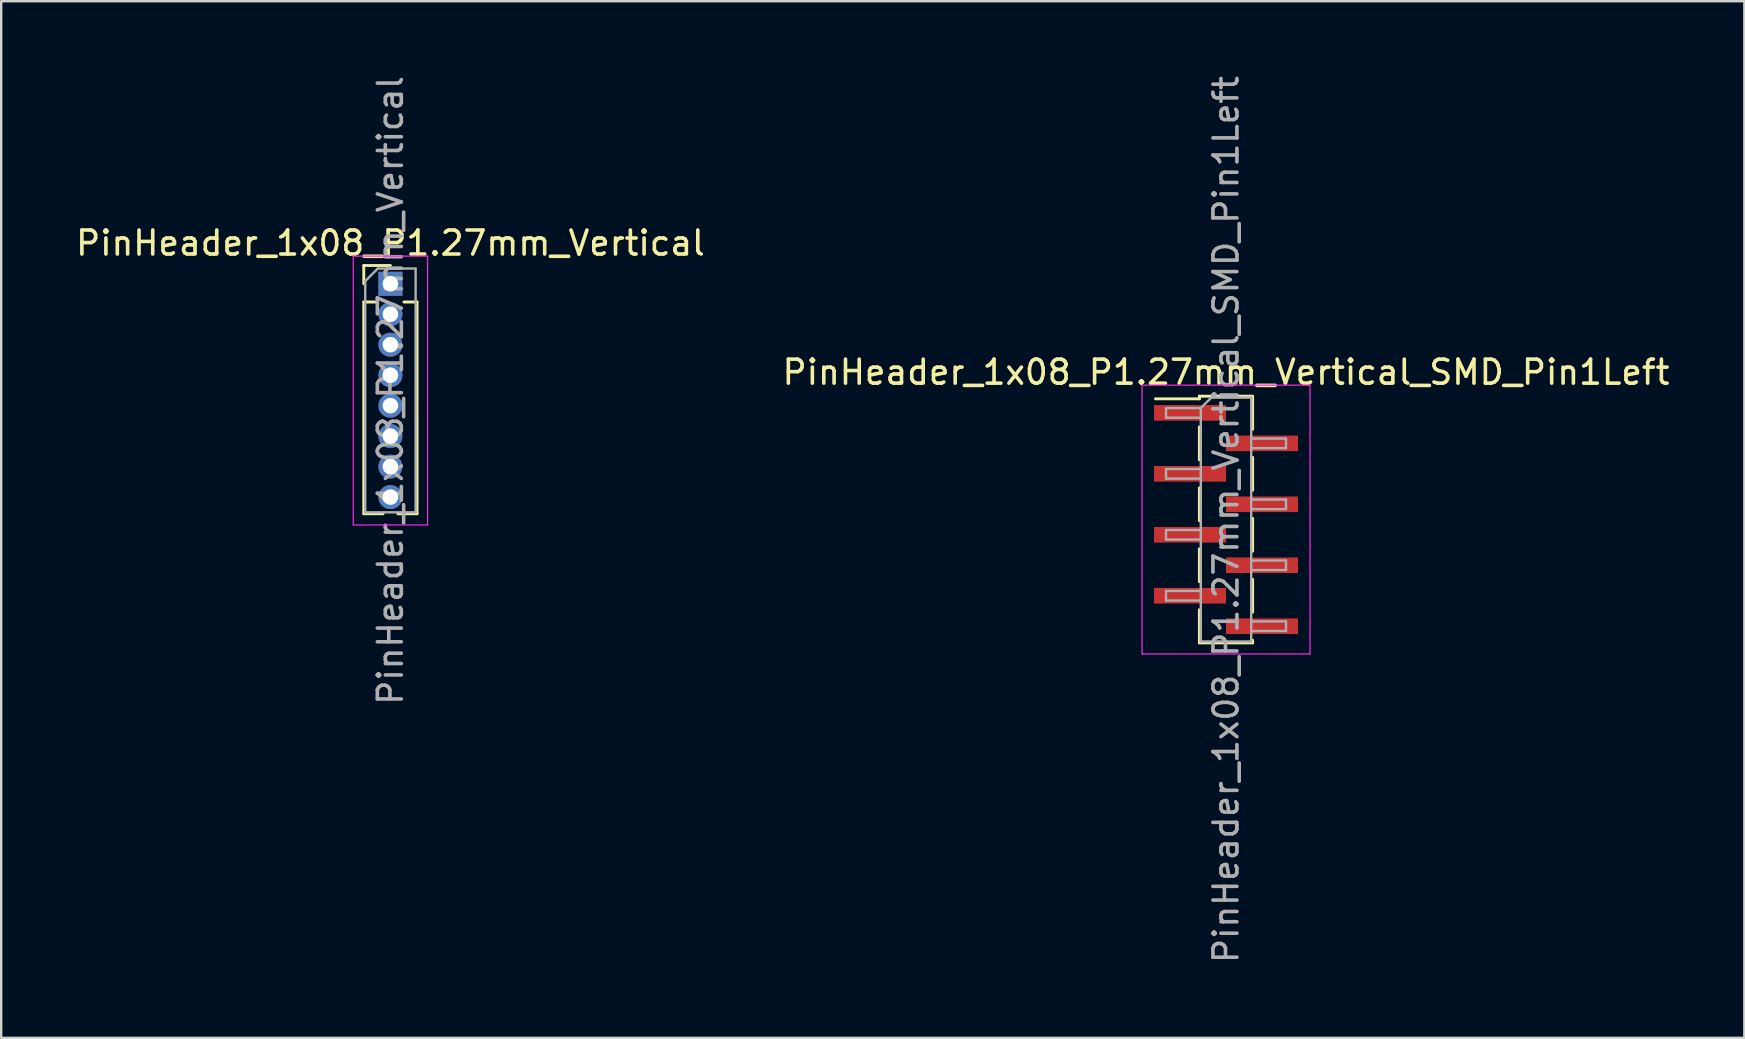
<source format=kicad_pcb>
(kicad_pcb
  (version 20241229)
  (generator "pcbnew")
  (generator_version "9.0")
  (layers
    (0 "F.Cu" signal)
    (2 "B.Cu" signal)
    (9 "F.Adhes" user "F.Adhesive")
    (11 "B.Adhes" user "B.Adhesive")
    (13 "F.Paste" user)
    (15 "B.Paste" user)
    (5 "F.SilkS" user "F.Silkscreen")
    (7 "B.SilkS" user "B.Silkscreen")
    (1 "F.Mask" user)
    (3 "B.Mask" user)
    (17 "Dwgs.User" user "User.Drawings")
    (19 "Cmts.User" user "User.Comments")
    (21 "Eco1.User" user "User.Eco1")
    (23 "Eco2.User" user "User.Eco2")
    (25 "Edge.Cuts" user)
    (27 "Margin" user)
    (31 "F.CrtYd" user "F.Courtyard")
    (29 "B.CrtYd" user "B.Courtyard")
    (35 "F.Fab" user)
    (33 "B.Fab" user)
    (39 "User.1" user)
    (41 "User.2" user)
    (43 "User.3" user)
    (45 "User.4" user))
  (footprint "PinHeader_1x08_P1.27mm_Vertical"
    (layer "F.Cu")
    (at 13.22 8.775)
    (property "Reference" "PinHeader_1x08_P1.27mm_Vertical" (at 0 -1.695 0) (layer "F.SilkS") (effects (font (size 1 1) (thickness 0.15))))
    (attr through_hole)
    (fp_line (start -1.11 -0.76) (end 0 -0.76) (stroke (width 0.12) (type solid)) (layer "F.SilkS"))
    (fp_line (start -1.11 0) (end -1.11 -0.76) (stroke (width 0.12) (type solid)) (layer "F.SilkS"))
    (fp_line (start -1.11 0.76) (end -1.11 9.585) (stroke (width 0.12) (type solid)) (layer "F.SilkS"))
    (fp_line (start -1.11 0.76) (end -0.563 0.76) (stroke (width 0.12) (type solid)) (layer "F.SilkS"))
    (fp_line (start -1.11 9.585) (end -0.308 9.585) (stroke (width 0.12) (type solid)) (layer "F.SilkS"))
    (fp_line (start 0.308 9.585) (end 1.11 9.585) (stroke (width 0.12) (type solid)) (layer "F.SilkS"))
    (fp_line (start 0.563 0.76) (end 1.11 0.76) (stroke (width 0.12) (type solid)) (layer "F.SilkS"))
    (fp_line (start 1.11 0.76) (end 1.11 9.585) (stroke (width 0.12) (type solid)) (layer "F.SilkS"))
    (fp_line (start -1.55 -1.15) (end -1.55 10.05) (stroke (width 0.05) (type solid)) (layer "F.CrtYd"))
    (fp_line (start -1.55 10.05) (end 1.55 10.05) (stroke (width 0.05) (type solid)) (layer "F.CrtYd"))
    (fp_line (start 1.55 -1.15) (end -1.55 -1.15) (stroke (width 0.05) (type solid)) (layer "F.CrtYd"))
    (fp_line (start 1.55 10.05) (end 1.55 -1.15) (stroke (width 0.05) (type solid)) (layer "F.CrtYd"))
    (fp_line (start -1.05 -0.11) (end -0.525 -0.635) (stroke (width 0.1) (type solid)) (layer "F.Fab"))
    (fp_line (start -1.05 9.525) (end -1.05 -0.11) (stroke (width 0.1) (type solid)) (layer "F.Fab"))
    (fp_line (start -0.525 -0.635) (end 1.05 -0.635) (stroke (width 0.1) (type solid)) (layer "F.Fab"))
    (fp_line (start 1.05 -0.635) (end 1.05 9.525) (stroke (width 0.1) (type solid)) (layer "F.Fab"))
    (fp_line (start 1.05 9.525) (end -1.05 9.525) (stroke (width 0.1) (type solid)) (layer "F.Fab"))
    (fp_text user "${REFERENCE}" (at 0 4.445 90) (layer "F.Fab") (effects (font (size 1 1) (thickness 0.15))))
    (pad "1" thru_hole rect (at 0 0) (size 1 1) (drill 0.65) (layers "*.Cu" "*.Mask"))
    (pad "2" thru_hole oval (at 0 1.27) (size 1 1) (drill 0.65) (layers "*.Cu" "*.Mask"))
    (pad "3" thru_hole oval (at 0 2.54) (size 1 1) (drill 0.65) (layers "*.Cu" "*.Mask"))
    (pad "4" thru_hole oval (at 0 3.81) (size 1 1) (drill 0.65) (layers "*.Cu" "*.Mask"))
    (pad "5" thru_hole oval (at 0 5.08) (size 1 1) (drill 0.65) (layers "*.Cu" "*.Mask"))
    (pad "6" thru_hole oval (at 0 6.35) (size 1 1) (drill 0.65) (layers "*.Cu" "*.Mask"))
    (pad "7" thru_hole oval (at 0 7.62) (size 1 1) (drill 0.65) (layers "*.Cu" "*.Mask"))
    (pad "8" thru_hole oval (at 0 8.89) (size 1 1) (drill 0.65) (layers "*.Cu" "*.Mask")))
  (footprint "PinHeader_1x08_P1.27mm_Vertical_SMD_Pin1Left"
    (layer "F.Cu")
    (at 48.042 18.601)
    (property "Reference" "PinHeader_1x08_P1.27mm_Vertical_SMD_Pin1Left" (at 0 -6.14 0) (layer "F.SilkS") (effects (font (size 1 1) (thickness 0.15))))
    (attr smd)
    (fp_line (start -1.11 -5.14) (end -1.11 -5.03) (stroke (width 0.12) (type solid)) (layer "F.SilkS"))
    (fp_line (start -1.11 -5.14) (end 1.11 -5.14) (stroke (width 0.12) (type solid)) (layer "F.SilkS"))
    (fp_line (start -1.11 -5.03) (end -2.94 -5.03) (stroke (width 0.12) (type solid)) (layer "F.SilkS"))
    (fp_line (start -1.11 -3.86) (end -1.11 -2.49) (stroke (width 0.12) (type solid)) (layer "F.SilkS"))
    (fp_line (start -1.11 -1.32) (end -1.11 0.05) (stroke (width 0.12) (type solid)) (layer "F.SilkS"))
    (fp_line (start -1.11 1.22) (end -1.11 2.59) (stroke (width 0.12) (type solid)) (layer "F.SilkS"))
    (fp_line (start -1.11 3.76) (end -1.11 5.13) (stroke (width 0.12) (type solid)) (layer "F.SilkS"))
    (fp_line (start -1.11 5.14) (end 1.11 5.14) (stroke (width 0.12) (type solid)) (layer "F.SilkS"))
    (fp_line (start 1.11 -5.13) (end 1.11 -3.76) (stroke (width 0.12) (type solid)) (layer "F.SilkS"))
    (fp_line (start 1.11 -2.59) (end 1.11 -1.22) (stroke (width 0.12) (type solid)) (layer "F.SilkS"))
    (fp_line (start 1.11 -0.05) (end 1.11 1.32) (stroke (width 0.12) (type solid)) (layer "F.SilkS"))
    (fp_line (start 1.11 2.49) (end 1.11 3.86) (stroke (width 0.12) (type solid)) (layer "F.SilkS"))
    (fp_line (start 1.11 5.03) (end 1.11 5.14) (stroke (width 0.12) (type solid)) (layer "F.SilkS"))
    (fp_line (start -3.5 -5.6) (end -3.5 5.6) (stroke (width 0.05) (type solid)) (layer "F.CrtYd"))
    (fp_line (start -3.5 5.6) (end 3.5 5.6) (stroke (width 0.05) (type solid)) (layer "F.CrtYd"))
    (fp_line (start 3.5 -5.6) (end -3.5 -5.6) (stroke (width 0.05) (type solid)) (layer "F.CrtYd"))
    (fp_line (start 3.5 5.6) (end 3.5 -5.6) (stroke (width 0.05) (type solid)) (layer "F.CrtYd"))
    (fp_line (start -2.5 -4.645) (end -2.5 -4.245) (stroke (width 0.1) (type solid)) (layer "F.Fab"))
    (fp_line (start -2.5 -4.245) (end -1.05 -4.245) (stroke (width 0.1) (type solid)) (layer "F.Fab"))
    (fp_line (start -2.5 -2.105) (end -2.5 -1.705) (stroke (width 0.1) (type solid)) (layer "F.Fab"))
    (fp_line (start -2.5 -1.705) (end -1.05 -1.705) (stroke (width 0.1) (type solid)) (layer "F.Fab"))
    (fp_line (start -2.5 0.435) (end -2.5 0.835) (stroke (width 0.1) (type solid)) (layer "F.Fab"))
    (fp_line (start -2.5 0.835) (end -1.05 0.835) (stroke (width 0.1) (type solid)) (layer "F.Fab"))
    (fp_line (start -2.5 2.975) (end -2.5 3.375) (stroke (width 0.1) (type solid)) (layer "F.Fab"))
    (fp_line (start -2.5 3.375) (end -1.05 3.375) (stroke (width 0.1) (type solid)) (layer "F.Fab"))
    (fp_line (start -1.05 -4.645) (end -2.5 -4.645) (stroke (width 0.1) (type solid)) (layer "F.Fab"))
    (fp_line (start -1.05 -4.645) (end -0.615 -5.08) (stroke (width 0.1) (type solid)) (layer "F.Fab"))
    (fp_line (start -1.05 -2.105) (end -2.5 -2.105) (stroke (width 0.1) (type solid)) (layer "F.Fab"))
    (fp_line (start -1.05 0.435) (end -2.5 0.435) (stroke (width 0.1) (type solid)) (layer "F.Fab"))
    (fp_line (start -1.05 2.975) (end -2.5 2.975) (stroke (width 0.1) (type solid)) (layer "F.Fab"))
    (fp_line (start -1.05 5.08) (end -1.05 -4.645) (stroke (width 0.1) (type solid)) (layer "F.Fab"))
    (fp_line (start -0.615 -5.08) (end 1.05 -5.08) (stroke (width 0.1) (type solid)) (layer "F.Fab"))
    (fp_line (start 1.05 -5.08) (end 1.05 5.08) (stroke (width 0.1) (type solid)) (layer "F.Fab"))
    (fp_line (start 1.05 -3.375) (end 2.5 -3.375) (stroke (width 0.1) (type solid)) (layer "F.Fab"))
    (fp_line (start 1.05 -0.835) (end 2.5 -0.835) (stroke (width 0.1) (type solid)) (layer "F.Fab"))
    (fp_line (start 1.05 1.705) (end 2.5 1.705) (stroke (width 0.1) (type solid)) (layer "F.Fab"))
    (fp_line (start 1.05 4.245) (end 2.5 4.245) (stroke (width 0.1) (type solid)) (layer "F.Fab"))
    (fp_line (start 1.05 5.08) (end -1.05 5.08) (stroke (width 0.1) (type solid)) (layer "F.Fab"))
    (fp_line (start 2.5 -3.375) (end 2.5 -2.975) (stroke (width 0.1) (type solid)) (layer "F.Fab"))
    (fp_line (start 2.5 -2.975) (end 1.05 -2.975) (stroke (width 0.1) (type solid)) (layer "F.Fab"))
    (fp_line (start 2.5 -0.835) (end 2.5 -0.435) (stroke (width 0.1) (type solid)) (layer "F.Fab"))
    (fp_line (start 2.5 -0.435) (end 1.05 -0.435) (stroke (width 0.1) (type solid)) (layer "F.Fab"))
    (fp_line (start 2.5 1.705) (end 2.5 2.105) (stroke (width 0.1) (type solid)) (layer "F.Fab"))
    (fp_line (start 2.5 2.105) (end 1.05 2.105) (stroke (width 0.1) (type solid)) (layer "F.Fab"))
    (fp_line (start 2.5 4.245) (end 2.5 4.645) (stroke (width 0.1) (type solid)) (layer "F.Fab"))
    (fp_line (start 2.5 4.645) (end 1.05 4.645) (stroke (width 0.1) (type solid)) (layer "F.Fab"))
    (fp_text user "${REFERENCE}" (at 0 0 90) (layer "F.Fab") (effects (font (size 1 1) (thickness 0.15))))
    (pad "1" smd rect (at -1.5 -4.445) (size 3 0.65) (layers "F.Cu" "F.Mask" "F.Paste"))
    (pad "2" smd rect (at 1.5 -3.175) (size 3 0.65) (layers "F.Cu" "F.Mask" "F.Paste"))
    (pad "3" smd rect (at -1.5 -1.905) (size 3 0.65) (layers "F.Cu" "F.Mask" "F.Paste"))
    (pad "4" smd rect (at 1.5 -0.635) (size 3 0.65) (layers "F.Cu" "F.Mask" "F.Paste"))
    (pad "5" smd rect (at -1.5 0.635) (size 3 0.65) (layers "F.Cu" "F.Mask" "F.Paste"))
    (pad "6" smd rect (at 1.5 1.905) (size 3 0.65) (layers "F.Cu" "F.Mask" "F.Paste"))
    (pad "7" smd rect (at -1.5 3.175) (size 3 0.65) (layers "F.Cu" "F.Mask" "F.Paste"))
    (pad "8" smd rect (at 1.5 4.445) (size 3 0.65) (layers "F.Cu" "F.Mask" "F.Paste")))
  (gr_rect
    (start -3 -3)
    (end 69.643 40.202)
    (stroke (width 0.1) (type default))
    (fill no)
    (layer "Edge.Cuts")))
</source>
